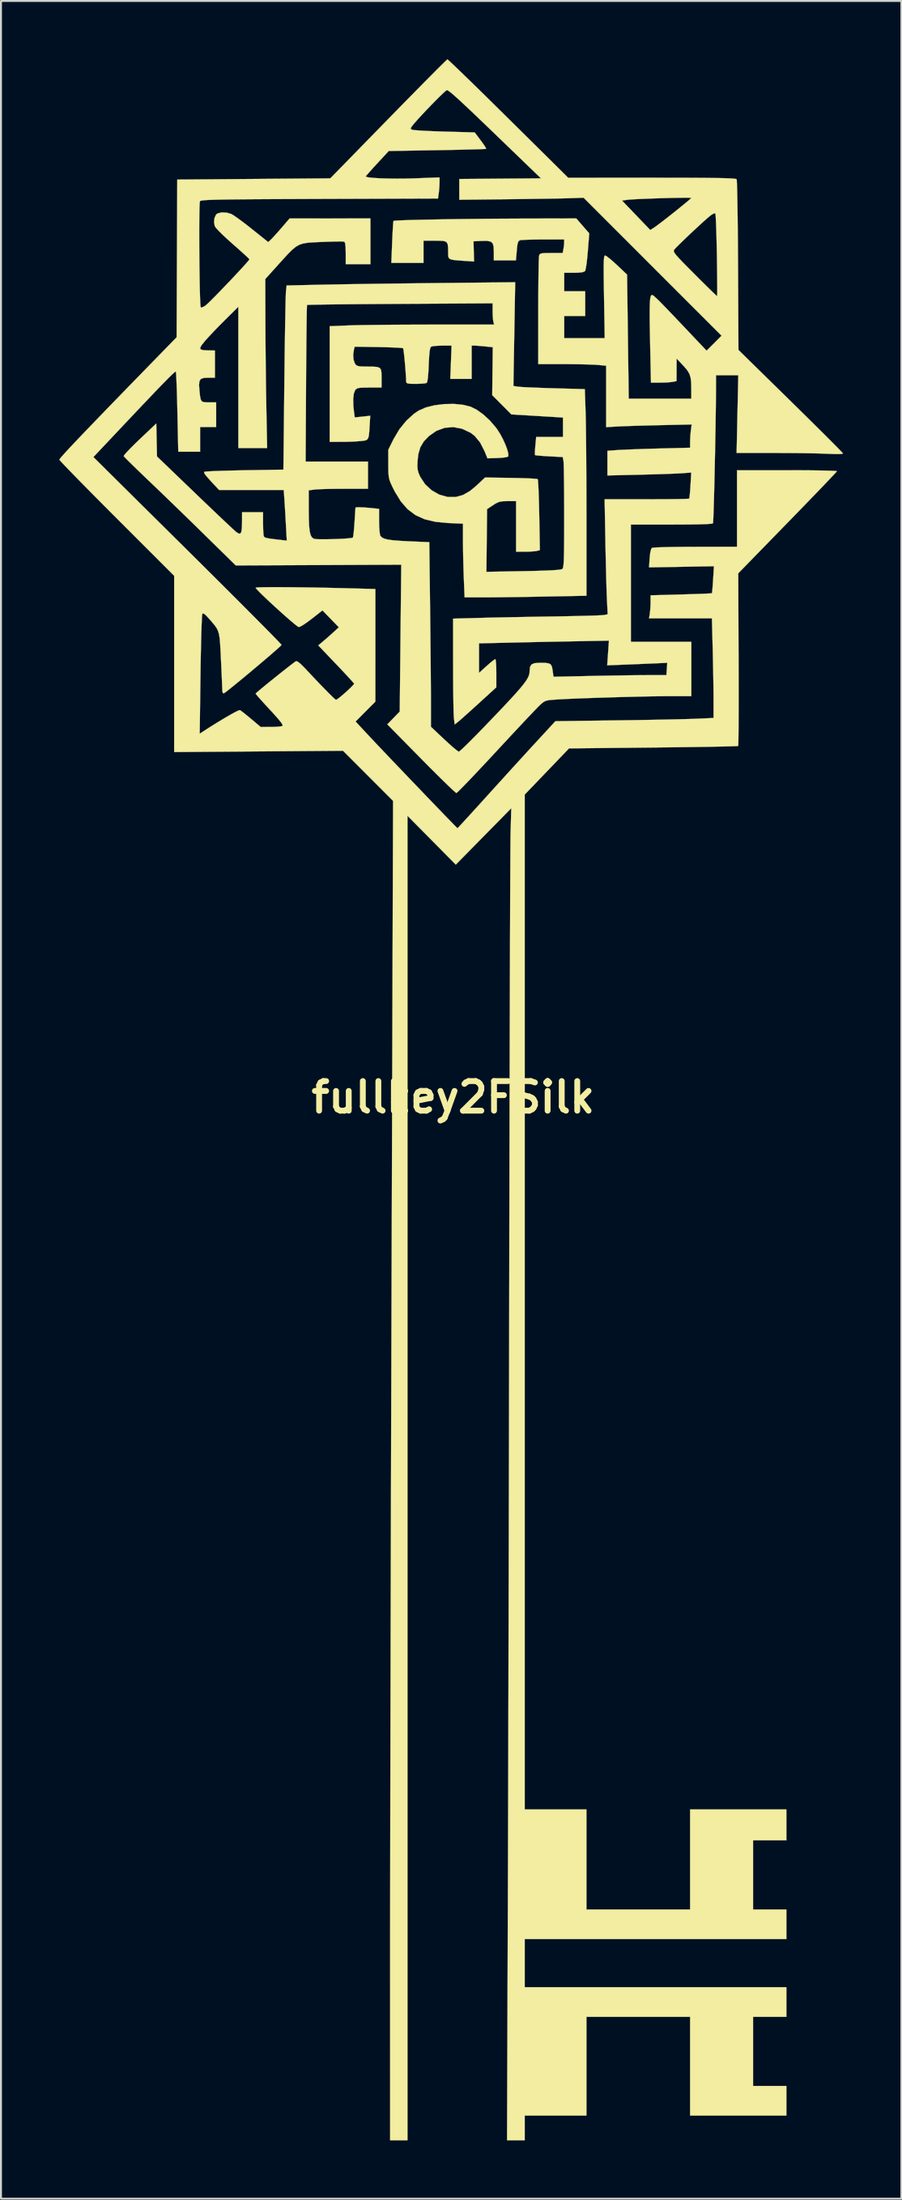
<source format=kicad_pcb>
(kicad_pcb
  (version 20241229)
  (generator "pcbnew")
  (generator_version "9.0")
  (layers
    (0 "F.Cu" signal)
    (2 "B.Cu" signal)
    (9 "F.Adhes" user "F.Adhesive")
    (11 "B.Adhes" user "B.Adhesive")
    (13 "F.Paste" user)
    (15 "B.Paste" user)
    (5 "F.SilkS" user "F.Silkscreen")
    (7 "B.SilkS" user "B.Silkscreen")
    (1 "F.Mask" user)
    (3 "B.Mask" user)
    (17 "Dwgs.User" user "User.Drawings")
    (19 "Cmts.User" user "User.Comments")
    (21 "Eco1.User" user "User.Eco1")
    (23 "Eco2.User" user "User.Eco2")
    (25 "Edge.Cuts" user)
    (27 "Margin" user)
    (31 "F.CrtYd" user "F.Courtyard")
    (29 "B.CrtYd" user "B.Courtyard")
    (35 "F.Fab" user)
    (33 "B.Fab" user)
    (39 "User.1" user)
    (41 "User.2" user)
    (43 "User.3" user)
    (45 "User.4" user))
  (footprint "fullkey2FSilk"
    (layer "F.Cu")
    (at 20.262 53.401)
    (property "Reference" "fullkey2FSilk" (at 0 0 0) (layer "F.SilkS") (effects (font (size 1.524 1.524) (thickness 0.3))))
    (attr through_hole)
    (fp_poly (pts (xy -0.242 -53.354) (xy -0.106 -53.229) (xy 0.105 -53.03) (xy 0.384 -52.762) (xy 0.722 -52.434) (xy 1.114 -52.053) (xy 1.551 -51.625) (xy 2.025 -51.159) (xy 2.53 -50.661) (xy 2.839 -50.355) (xy 5.918 -47.307) (xy 10.226 -47.308) (xy 11.108 -47.307) (xy 11.871 -47.306) (xy 12.522 -47.303) (xy 13.068 -47.299) (xy 13.517 -47.293) (xy 13.876 -47.286) (xy 14.153 -47.278) (xy 14.355 -47.267) (xy 14.49 -47.255) (xy 14.564 -47.24) (xy 14.585 -47.228) (xy 14.594 -47.153) (xy 14.603 -46.961) (xy 14.612 -46.663) (xy 14.621 -46.27) (xy 14.629 -45.792) (xy 14.637 -45.239) (xy 14.644 -44.623) (xy 14.65 -43.953) (xy 14.655 -43.24) (xy 14.658 -42.799) (xy 14.679 -38.449) (xy 17.365 -35.814) (xy 17.85 -35.337) (xy 18.307 -34.887) (xy 18.728 -34.47) (xy 19.106 -34.095) (xy 19.431 -33.769) (xy 19.698 -33.501) (xy 19.896 -33.298) (xy 20.019 -33.169) (xy 20.059 -33.121) (xy 20.002 -33.101) (xy 19.838 -33.092) (xy 19.586 -33.094) (xy 19.294 -33.105) (xy 19.029 -33.116) (xy 18.66 -33.126) (xy 18.214 -33.134) (xy 17.714 -33.141) (xy 17.184 -33.145) (xy 16.649 -33.147) (xy 16.553 -33.147) (xy 14.585 -33.147) (xy 14.672 -37.148) (xy 14.099 -37.148) (xy 13.525 -37.148) (xy 13.523 -36.433) (xy 13.52 -36.033) (xy 13.516 -35.566) (xy 13.508 -35.044) (xy 13.5 -34.482) (xy 13.489 -33.894) (xy 13.478 -33.292) (xy 13.465 -32.692) (xy 13.452 -32.105) (xy 13.439 -31.546) (xy 13.426 -31.028) (xy 13.413 -30.566) (xy 13.4 -30.172) (xy 13.389 -29.86) (xy 13.379 -29.644) (xy 13.37 -29.538) (xy 13.368 -29.53) (xy 13.291 -29.509) (xy 13.089 -29.492) (xy 12.762 -29.479) (xy 12.314 -29.47) (xy 11.746 -29.465) (xy 11.236 -29.464) (xy 9.144 -29.464) (xy 9.144 -23.431) (xy 12.255 -23.431) (xy 12.255 -20.637) (xy 11.128 -20.637) (xy 10.704 -20.634) (xy 10.18 -20.626) (xy 9.583 -20.614) (xy 8.938 -20.598) (xy 8.27 -20.58) (xy 7.603 -20.559) (xy 6.964 -20.538) (xy 6.376 -20.516) (xy 5.867 -20.494) (xy 5.468 -20.473) (xy 5.155 -20.453) (xy 4.94 -20.433) (xy 4.792 -20.403) (xy 4.683 -20.356) (xy 4.583 -20.283) (xy 4.489 -20.201) (xy 4.394 -20.107) (xy 4.222 -19.931) (xy 3.985 -19.682) (xy 3.691 -19.371) (xy 3.351 -19.009) (xy 2.975 -18.607) (xy 2.573 -18.174) (xy 2.237 -17.812) (xy 1.829 -17.372) (xy 1.446 -16.963) (xy 1.097 -16.593) (xy 0.79 -16.271) (xy 0.535 -16.007) (xy 0.34 -15.81) (xy 0.215 -15.689) (xy 0.168 -15.653) (xy 0.109 -15.697) (xy -0.029 -15.821) (xy -0.236 -16.018) (xy -0.501 -16.276) (xy -0.815 -16.585) (xy -1.168 -16.937) (xy -1.549 -17.321) (xy -1.645 -17.419) (xy -3.385 -19.185) (xy -3.066 -19.514) (xy -2.746 -19.844) (xy -2.668 -27.4) (xy -6.926 -27.381) (xy -11.183 -27.362) (xy -12.754 -28.905) (xy -13.201 -29.344) (xy -13.691 -29.821) (xy -14.196 -30.312) (xy -14.692 -30.792) (xy -15.154 -31.237) (xy -15.556 -31.622) (xy -15.623 -31.686) (xy -15.96 -32.009) (xy -16.267 -32.304) (xy -16.53 -32.561) (xy -16.74 -32.768) (xy -16.882 -32.912) (xy -16.947 -32.983) (xy -16.949 -32.987) (xy -16.913 -33.048) (xy -16.798 -33.18) (xy -16.618 -33.37) (xy -16.387 -33.601) (xy -16.123 -33.856) (xy -15.272 -34.663) (xy -15.254 -33.816) (xy -15.236 -32.969) (xy -13.286 -31.094) (xy -12.865 -30.69) (xy -12.467 -30.31) (xy -12.102 -29.962) (xy -11.781 -29.658) (xy -11.514 -29.407) (xy -11.313 -29.22) (xy -11.186 -29.105) (xy -11.154 -29.078) (xy -11.031 -29) (xy -10.947 -29) (xy -10.895 -29.09) (xy -10.868 -29.282) (xy -10.86 -29.587) (xy -10.859 -29.607) (xy -10.858 -30.099) (xy -9.779 -30.099) (xy -9.779 -29.533) (xy -9.775 -29.267) (xy -9.764 -29.044) (xy -9.749 -28.898) (xy -9.742 -28.869) (xy -9.716 -28.826) (xy -9.663 -28.793) (xy -9.562 -28.765) (xy -9.391 -28.736) (xy -9.131 -28.704) (xy -8.867 -28.673) (xy -8.557 -28.639) (xy -8.598 -29.385) (xy -8.618 -29.753) (xy -8.641 -30.144) (xy -8.663 -30.502) (xy -8.675 -30.686) (xy -8.713 -31.242) (xy -12.039 -31.242) (xy -12.291 -31.512) (xy -12.528 -31.768) (xy -12.687 -31.949) (xy -12.778 -32.068) (xy -12.812 -32.14) (xy -12.802 -32.177) (xy -12.73 -32.189) (xy -12.546 -32.203) (xy -12.266 -32.216) (xy -11.905 -32.229) (xy -11.48 -32.241) (xy -11.006 -32.252) (xy -10.744 -32.257) (xy -8.731 -32.29) (xy -8.683 -36.703) (xy -8.675 -37.449) (xy -8.666 -38.166) (xy -8.656 -38.84) (xy -8.647 -39.461) (xy -8.637 -40.019) (xy -8.628 -40.501) (xy -8.619 -40.897) (xy -8.611 -41.195) (xy -8.604 -41.384) (xy -8.6 -41.44) (xy -8.566 -41.764) (xy -6.712 -41.805) (xy -6.302 -41.813) (xy -5.784 -41.822) (xy -5.176 -41.832) (xy -4.495 -41.842) (xy -3.761 -41.853) (xy -2.992 -41.863) (xy -2.205 -41.872) (xy -1.42 -41.881) (xy -0.832 -41.888) (xy 3.193 -41.93) (xy 3.1 -36.594) (xy 3.344 -36.557) (xy 3.474 -36.544) (xy 3.711 -36.53) (xy 4.033 -36.515) (xy 4.421 -36.5) (xy 4.853 -36.485) (xy 5.181 -36.475) (xy 6.775 -36.431) (xy 6.816 -35.191) (xy 6.824 -34.903) (xy 6.831 -34.503) (xy 6.837 -34.007) (xy 6.843 -33.429) (xy 6.848 -32.787) (xy 6.852 -32.094) (xy 6.855 -31.366) (xy 6.857 -30.619) (xy 6.858 -29.877) (xy 6.858 -25.802) (xy 4.62 -25.76) (xy 4.05 -25.749) (xy 3.479 -25.74) (xy 2.929 -25.732) (xy 2.424 -25.725) (xy 1.986 -25.721) (xy 1.639 -25.718) (xy 1.486 -25.718) (xy 0.591 -25.718) (xy 0.55 -26.718) (xy 0.534 -27.161) (xy 0.521 -27.655) (xy 0.512 -28.142) (xy 0.508 -28.567) (xy 0.508 -28.614) (xy 0.508 -29.51) (xy -0.27 -29.544) (xy -0.917 -29.607) (xy -1.468 -29.739) (xy -1.937 -29.952) (xy -2.339 -30.253) (xy -2.689 -30.654) (xy -3.001 -31.163) (xy -3.105 -31.369) (xy -3.204 -31.58) (xy -3.269 -31.748) (xy -3.308 -31.909) (xy -3.327 -32.1) (xy -3.333 -32.357) (xy -3.334 -32.58) (xy -3.334 -33.315) (xy -3.059 -33.869) (xy -2.764 -34.367) (xy -2.404 -34.81) (xy -2.006 -35.17) (xy -1.769 -35.329) (xy -1.402 -35.489) (xy -0.953 -35.601) (xy -0.458 -35.662) (xy 0.045 -35.671) (xy 0.52 -35.623) (xy 0.896 -35.529) (xy 1.212 -35.373) (xy 1.554 -35.127) (xy 1.892 -34.814) (xy 2.197 -34.459) (xy 2.256 -34.38) (xy 2.415 -34.133) (xy 2.563 -33.857) (xy 2.689 -33.579) (xy 2.784 -33.324) (xy 2.837 -33.118) (xy 2.838 -32.986) (xy 2.824 -32.962) (xy 2.735 -32.931) (xy 2.554 -32.906) (xy 2.317 -32.889) (xy 2.264 -32.887) (xy 1.767 -32.873) (xy 1.62 -33.234) (xy 1.389 -33.687) (xy 1.109 -34.025) (xy 0.9 -34.187) (xy 0.46 -34.394) (xy 0.01 -34.479) (xy -0.435 -34.442) (xy -0.861 -34.285) (xy -1.237 -34.023) (xy -1.51 -33.74) (xy -1.689 -33.439) (xy -1.791 -33.084) (xy -1.828 -32.751) (xy -1.839 -32.483) (xy -1.825 -32.289) (xy -1.78 -32.121) (xy -1.694 -31.925) (xy -1.687 -31.911) (xy -1.439 -31.537) (xy -1.105 -31.228) (xy -0.712 -31.004) (xy -0.29 -30.886) (xy -0.261 -30.882) (xy 0.132 -30.882) (xy 0.503 -30.983) (xy 0.871 -31.193) (xy 1.203 -31.47) (xy 1.642 -31.884) (xy 2.975 -31.865) (xy 3.374 -31.857) (xy 3.73 -31.846) (xy 4.023 -31.833) (xy 4.233 -31.819) (xy 4.342 -31.805) (xy 4.352 -31.801) (xy 4.365 -31.728) (xy 4.378 -31.545) (xy 4.392 -31.268) (xy 4.406 -30.913) (xy 4.418 -30.497) (xy 4.428 -30.037) (xy 4.43 -29.953) (xy 4.463 -28.15) (xy 4.311 -28.109) (xy 4.172 -28.089) (xy 3.954 -28.074) (xy 3.702 -28.068) (xy 3.699 -28.068) (xy 3.239 -28.067) (xy 3.239 -30.671) (xy 2.801 -30.671) (xy 2.549 -30.663) (xy 2.368 -30.631) (xy 2.206 -30.559) (xy 2.055 -30.464) (xy 1.746 -30.258) (xy 1.729 -28.645) (xy 1.712 -27.032) (xy 3.621 -27.067) (xy 4.229 -27.08) (xy 4.717 -27.095) (xy 5.093 -27.112) (xy 5.364 -27.131) (xy 5.537 -27.153) (xy 5.619 -27.178) (xy 5.622 -27.18) (xy 5.645 -27.215) (xy 5.664 -27.285) (xy 5.68 -27.401) (xy 5.692 -27.574) (xy 5.701 -27.815) (xy 5.707 -28.135) (xy 5.712 -28.546) (xy 5.714 -29.058) (xy 5.715 -29.682) (xy 5.715 -29.908) (xy 5.714 -30.484) (xy 5.712 -31.025) (xy 5.708 -31.518) (xy 5.702 -31.948) (xy 5.696 -32.301) (xy 5.689 -32.562) (xy 5.681 -32.718) (xy 5.677 -32.749) (xy 5.639 -32.938) (xy 4.94 -32.975) (xy 4.656 -32.992) (xy 4.423 -33.01) (xy 4.267 -33.027) (xy 4.215 -33.038) (xy 4.207 -33.11) (xy 4.212 -33.274) (xy 4.228 -33.496) (xy 4.231 -33.519) (xy 4.273 -33.972) (xy 5.652 -33.972) (xy 5.652 -34.971) (xy 4.985 -35.012) (xy 4.604 -35.035) (xy 4.175 -35.061) (xy 3.771 -35.085) (xy 3.657 -35.092) (xy 2.997 -35.132) (xy 2.012 -36.122) (xy 2.041 -38.589) (xy 1.646 -38.63) (xy 1.41 -38.652) (xy 1.205 -38.667) (xy 1.102 -38.672) (xy 0.953 -38.672) (xy 0.953 -36.957) (xy 0.404 -36.957) (xy -0.145 -36.957) (xy -0.112 -37.814) (xy -0.08 -38.672) (xy -0.564 -38.671) (xy -0.809 -38.663) (xy -1.009 -38.645) (xy -1.127 -38.618) (xy -1.135 -38.614) (xy -1.174 -38.552) (xy -1.205 -38.41) (xy -1.229 -38.174) (xy -1.249 -37.831) (xy -1.255 -37.679) (xy -1.274 -37.306) (xy -1.299 -37.017) (xy -1.328 -36.827) (xy -1.358 -36.752) (xy -1.452 -36.729) (xy -1.636 -36.712) (xy -1.874 -36.704) (xy -1.921 -36.704) (xy -2.172 -36.707) (xy -2.321 -36.721) (xy -2.393 -36.752) (xy -2.415 -36.806) (xy -2.415 -36.814) (xy -2.423 -37.016) (xy -2.44 -37.278) (xy -2.462 -37.572) (xy -2.488 -37.869) (xy -2.515 -38.141) (xy -2.541 -38.361) (xy -2.562 -38.5) (xy -2.572 -38.535) (xy -2.646 -38.549) (xy -2.826 -38.563) (xy -3.093 -38.576) (xy -3.426 -38.588) (xy -3.805 -38.596) (xy -3.838 -38.597) (xy -5.063 -38.617) (xy -5.102 -38.47) (xy -5.141 -38.202) (xy -5.123 -37.943) (xy -5.052 -37.745) (xy -5.045 -37.733) (xy -4.98 -37.66) (xy -4.889 -37.618) (xy -4.741 -37.597) (xy -4.504 -37.591) (xy -4.457 -37.591) (xy -4.133 -37.589) (xy -3.915 -37.573) (xy -3.782 -37.527) (xy -3.713 -37.436) (xy -3.687 -37.284) (xy -3.683 -37.056) (xy -3.683 -37.013) (xy -3.683 -36.513) (xy -4.314 -36.513) (xy -4.606 -36.51) (xy -4.798 -36.5) (xy -4.917 -36.476) (xy -4.991 -36.434) (xy -5.045 -36.371) (xy -5.111 -36.193) (xy -5.141 -35.917) (xy -5.133 -35.565) (xy -5.102 -35.277) (xy -5.061 -34.976) (xy -4.662 -35.018) (xy -4.264 -35.061) (xy -4.295 -34.564) (xy -4.315 -34.244) (xy -4.338 -34.028) (xy -4.376 -33.895) (xy -4.443 -33.821) (xy -4.552 -33.785) (xy -4.715 -33.765) (xy -4.771 -33.759) (xy -5.021 -33.74) (xy -5.34 -33.726) (xy -5.669 -33.719) (xy -5.756 -33.719) (xy -6.35 -33.718) (xy -6.35 -39.668) (xy -5.35 -39.709) (xy -5.083 -39.717) (xy -4.706 -39.725) (xy -4.237 -39.732) (xy -3.694 -39.738) (xy -3.092 -39.744) (xy -2.451 -39.747) (xy -1.787 -39.75) (xy -1.12 -39.751) (xy 2.11 -39.751) (xy 2.072 -39.894) (xy 2.052 -40.032) (xy 2.037 -40.247) (xy 2.033 -40.442) (xy 2.032 -40.847) (xy -2.729 -40.819) (xy -3.494 -40.815) (xy -4.223 -40.809) (xy -4.904 -40.804) (xy -5.528 -40.798) (xy -6.085 -40.792) (xy -6.565 -40.786) (xy -6.957 -40.78) (xy -7.254 -40.774) (xy -7.443 -40.769) (xy -7.516 -40.764) (xy -7.516 -40.764) (xy -7.521 -40.697) (xy -7.527 -40.514) (xy -7.533 -40.225) (xy -7.538 -39.842) (xy -7.544 -39.376) (xy -7.55 -38.836) (xy -7.556 -38.234) (xy -7.561 -37.58) (xy -7.565 -36.886) (xy -7.566 -36.719) (xy -7.589 -32.703) (xy -4.381 -32.703) (xy -4.381 -31.305) (xy -5.611 -31.305) (xy -6.016 -31.303) (xy -6.396 -31.298) (xy -6.728 -31.289) (xy -6.983 -31.278) (xy -7.135 -31.265) (xy -7.43 -31.225) (xy -7.429 -30.233) (xy -7.424 -29.752) (xy -7.408 -29.382) (xy -7.378 -29.111) (xy -7.331 -28.923) (xy -7.264 -28.804) (xy -7.175 -28.739) (xy -7.134 -28.726) (xy -7.012 -28.712) (xy -6.802 -28.707) (xy -6.53 -28.707) (xy -6.225 -28.713) (xy -5.914 -28.724) (xy -5.624 -28.738) (xy -5.383 -28.756) (xy -5.219 -28.775) (xy -5.16 -28.791) (xy -5.139 -28.868) (xy -5.116 -29.045) (xy -5.092 -29.296) (xy -5.072 -29.578) (xy -5.053 -29.87) (xy -5.038 -30.111) (xy -5.027 -30.275) (xy -5.021 -30.337) (xy -4.957 -30.351) (xy -4.797 -30.352) (xy -4.571 -30.343) (xy -4.309 -30.323) (xy -4.2 -30.312) (xy -3.81 -30.271) (xy -3.81 -29.641) (xy -3.804 -29.359) (xy -3.787 -29.116) (xy -3.763 -28.946) (xy -3.747 -28.893) (xy -3.679 -28.812) (xy -3.563 -28.747) (xy -3.382 -28.697) (xy -3.123 -28.659) (xy -2.769 -28.629) (xy -2.305 -28.604) (xy -2.249 -28.601) (xy -1.227 -28.558) (xy -1.185 -25.127) (xy -1.177 -24.426) (xy -1.169 -23.721) (xy -1.162 -23.029) (xy -1.156 -22.37) (xy -1.151 -21.762) (xy -1.147 -21.223) (xy -1.144 -20.771) (xy -1.143 -20.425) (xy -1.143 -20.378) (xy -1.143 -19.061) (xy -0.463 -18.42) (xy -0.218 -18.194) (xy -0.001 -18.003) (xy 0.169 -17.862) (xy 0.273 -17.788) (xy 0.294 -17.78) (xy 0.356 -17.824) (xy 0.494 -17.949) (xy 0.696 -18.143) (xy 0.949 -18.394) (xy 1.244 -18.691) (xy 1.566 -19.023) (xy 1.638 -19.098) (xy 2.153 -19.634) (xy 2.586 -20.089) (xy 2.943 -20.471) (xy 3.232 -20.788) (xy 3.46 -21.049) (xy 3.634 -21.263) (xy 3.761 -21.439) (xy 3.848 -21.584) (xy 3.901 -21.709) (xy 3.929 -21.82) (xy 3.937 -21.928) (xy 3.937 -21.937) (xy 3.957 -22.142) (xy 4.033 -22.268) (xy 4.187 -22.332) (xy 4.44 -22.352) (xy 4.474 -22.352) (xy 4.752 -22.347) (xy 4.93 -22.32) (xy 5.033 -22.255) (xy 5.088 -22.136) (xy 5.12 -21.955) (xy 5.163 -21.633) (xy 7.106 -21.675) (xy 7.649 -21.686) (xy 8.204 -21.696) (xy 8.744 -21.704) (xy 9.24 -21.711) (xy 9.666 -21.715) (xy 9.994 -21.717) (xy 10.011 -21.717) (xy 10.973 -21.717) (xy 11.017 -22.351) (xy 10.319 -22.321) (xy 9.964 -22.306) (xy 9.541 -22.288) (xy 9.105 -22.27) (xy 8.774 -22.257) (xy 7.927 -22.224) (xy 7.972 -22.858) (xy 8.017 -23.493) (xy 6.279 -23.46) (xy 5.701 -23.449) (xy 5.056 -23.437) (xy 4.386 -23.423) (xy 3.738 -23.409) (xy 3.153 -23.396) (xy 2.937 -23.391) (xy 1.333 -23.354) (xy 1.333 -22.594) (xy 1.333 -21.833) (xy 1.725 -22.188) (xy 1.911 -22.351) (xy 2.064 -22.474) (xy 2.157 -22.538) (xy 2.17 -22.543) (xy 2.191 -22.483) (xy 2.208 -22.322) (xy 2.219 -22.084) (xy 2.222 -21.817) (xy 2.222 -21.092) (xy 1.318 -20.266) (xy 1.024 -19.999) (xy 0.752 -19.754) (xy 0.52 -19.547) (xy 0.346 -19.394) (xy 0.247 -19.311) (xy 0.247 -19.311) (xy 0.081 -19.181) (xy 0.041 -19.513) (xy 0.032 -19.651) (xy 0.023 -19.9) (xy 0.016 -20.243) (xy 0.01 -20.664) (xy 0.005 -21.145) (xy 0.002 -21.671) (xy 0.001 -22.224) (xy 0.001 -22.234) (xy 0 -24.624) (xy 1.349 -24.661) (xy 1.739 -24.671) (xy 2.229 -24.682) (xy 2.795 -24.694) (xy 3.409 -24.706) (xy 4.047 -24.717) (xy 4.682 -24.728) (xy 5.137 -24.735) (xy 5.689 -24.744) (xy 6.207 -24.755) (xy 6.675 -24.766) (xy 7.08 -24.777) (xy 7.405 -24.788) (xy 7.635 -24.799) (xy 7.756 -24.808) (xy 7.763 -24.81) (xy 7.952 -24.847) (xy 7.914 -25.616) (xy 7.903 -25.869) (xy 7.891 -26.227) (xy 7.879 -26.668) (xy 7.866 -27.17) (xy 7.853 -27.711) (xy 7.841 -28.268) (xy 7.835 -28.575) (xy 7.795 -30.766) (xy 9.956 -30.766) (xy 10.467 -30.767) (xy 10.937 -30.769) (xy 11.35 -30.773) (xy 11.692 -30.778) (xy 11.949 -30.785) (xy 12.104 -30.792) (xy 12.146 -30.797) (xy 12.161 -30.87) (xy 12.18 -31.042) (xy 12.2 -31.284) (xy 12.213 -31.485) (xy 12.251 -32.141) (xy 11.793 -32.106) (xy 11.603 -32.095) (xy 11.31 -32.082) (xy 10.935 -32.068) (xy 10.502 -32.054) (xy 10.034 -32.041) (xy 9.636 -32.031) (xy 7.938 -31.991) (xy 7.938 -33.259) (xy 8.461 -33.297) (xy 8.674 -33.309) (xy 8.989 -33.323) (xy 9.381 -33.338) (xy 9.824 -33.354) (xy 10.294 -33.368) (xy 10.589 -33.376) (xy 12.192 -33.417) (xy 12.192 -33.718) (xy 12.202 -33.983) (xy 12.226 -34.262) (xy 12.233 -34.316) (xy 12.274 -34.614) (xy 10.629 -34.578) (xy 10.149 -34.566) (xy 9.677 -34.554) (xy 9.24 -34.541) (xy 8.862 -34.528) (xy 8.569 -34.516) (xy 8.43 -34.509) (xy 7.874 -34.476) (xy 7.874 -36.057) (xy 7.874 -37.637) (xy 7.445 -37.678) (xy 7.248 -37.69) (xy 6.951 -37.701) (xy 6.582 -37.71) (xy 6.17 -37.716) (xy 5.741 -37.719) (xy 5.699 -37.719) (xy 4.381 -37.719) (xy 4.382 -40.434) (xy 4.383 -41.013) (xy 4.386 -41.558) (xy 4.39 -42.052) (xy 4.396 -42.483) (xy 4.402 -42.836) (xy 4.409 -43.098) (xy 4.417 -43.255) (xy 4.422 -43.291) (xy 4.447 -43.358) (xy 4.498 -43.4) (xy 4.6 -43.423) (xy 4.779 -43.432) (xy 5.048 -43.434) (xy 5.636 -43.434) (xy 5.675 -43.632) (xy 5.704 -43.827) (xy 5.715 -43.982) (xy 5.715 -44.133) (xy 4.651 -44.132) (xy 4.287 -44.129) (xy 3.96 -44.123) (xy 3.694 -44.114) (xy 3.514 -44.103) (xy 3.453 -44.094) (xy 3.383 -44.061) (xy 3.337 -43.988) (xy 3.305 -43.849) (xy 3.279 -43.615) (xy 3.274 -43.556) (xy 3.23 -43.053) (xy 2.095 -43.053) (xy 2.095 -43.495) (xy 2.084 -43.761) (xy 2.036 -43.931) (xy 1.929 -44.024) (xy 1.74 -44.06) (xy 1.449 -44.056) (xy 1.443 -44.056) (xy 1.048 -44.037) (xy 1.062 -43.517) (xy 1.075 -42.997) (xy 0.617 -43.028) (xy 0.27 -43.053) (xy 0.03 -43.076) (xy -0.123 -43.108) (xy -0.208 -43.159) (xy -0.245 -43.237) (xy -0.255 -43.353) (xy -0.255 -43.453) (xy -0.259 -43.726) (xy -0.283 -43.904) (xy -0.351 -44.006) (xy -0.485 -44.054) (xy -0.707 -44.068) (xy -0.928 -44.069) (xy -1.524 -44.069) (xy -1.524 -42.926) (xy -3.178 -42.926) (xy -3.136 -43.99) (xy -3.12 -44.344) (xy -3.104 -44.652) (xy -3.088 -44.892) (xy -3.074 -45.043) (xy -3.066 -45.085) (xy -2.994 -45.097) (xy -2.807 -45.109) (xy -2.515 -45.121) (xy -2.13 -45.133) (xy -1.663 -45.145) (xy -1.126 -45.156) (xy -0.53 -45.167) (xy 0.115 -45.177) (xy 0.795 -45.185) (xy 1.502 -45.193) (xy 2.222 -45.199) (xy 2.945 -45.203) (xy 3.597 -45.206) (xy 6.337 -45.212) (xy 6.67 -44.828) (xy 7.003 -44.444) (xy 6.929 -43.515) (xy 6.898 -43.18) (xy 6.864 -42.886) (xy 6.828 -42.66) (xy 6.797 -42.525) (xy 6.785 -42.502) (xy 6.676 -42.451) (xy 6.45 -42.424) (xy 6.215 -42.418) (xy 5.715 -42.418) (xy 5.715 -41.465) (xy 6.795 -41.465) (xy 6.795 -40.196) (xy 5.715 -40.196) (xy 5.715 -39.053) (xy 7.801 -39.053) (xy 7.764 -41.18) (xy 7.755 -41.763) (xy 7.749 -42.232) (xy 7.747 -42.598) (xy 7.749 -42.873) (xy 7.755 -43.069) (xy 7.767 -43.198) (xy 7.783 -43.272) (xy 7.805 -43.304) (xy 7.819 -43.307) (xy 7.9 -43.265) (xy 8.048 -43.153) (xy 8.243 -42.986) (xy 8.43 -42.815) (xy 8.949 -42.323) (xy 8.991 -39.132) (xy 9.034 -35.941) (xy 12.255 -35.941) (xy 12.255 -36.409) (xy 12.248 -36.759) (xy 12.219 -37.017) (xy 12.156 -37.22) (xy 12.047 -37.402) (xy 11.88 -37.6) (xy 11.836 -37.647) (xy 11.498 -38.005) (xy 11.496 -37.425) (xy 11.493 -36.846) (xy 11.295 -36.806) (xy 11.13 -36.786) (xy 10.891 -36.772) (xy 10.638 -36.767) (xy 10.179 -36.767) (xy 10.134 -38.852) (xy 10.122 -39.484) (xy 10.114 -40) (xy 10.113 -40.41) (xy 10.117 -40.727) (xy 10.128 -40.96) (xy 10.146 -41.12) (xy 10.171 -41.218) (xy 10.204 -41.266) (xy 10.233 -41.275) (xy 10.27 -41.262) (xy 10.332 -41.219) (xy 10.427 -41.136) (xy 10.563 -41.006) (xy 10.747 -40.821) (xy 10.989 -40.571) (xy 11.297 -40.249) (xy 11.679 -39.848) (xy 11.91 -39.604) (xy 13.04 -38.409) (xy 13.81 -39.18) (xy 10.261 -42.729) (xy 9.427 -43.564) (xy 11.353 -43.564) (xy 11.355 -43.511) (xy 11.392 -43.437) (xy 11.471 -43.332) (xy 11.602 -43.183) (xy 11.796 -42.979) (xy 12.061 -42.71) (xy 12.406 -42.363) (xy 12.421 -42.348) (xy 12.731 -42.038) (xy 13.011 -41.761) (xy 13.248 -41.528) (xy 13.431 -41.351) (xy 13.546 -41.242) (xy 13.582 -41.212) (xy 13.588 -41.273) (xy 13.59 -41.446) (xy 13.591 -41.716) (xy 13.588 -42.069) (xy 13.584 -42.49) (xy 13.577 -42.964) (xy 13.572 -43.306) (xy 13.561 -43.811) (xy 13.55 -44.276) (xy 13.537 -44.686) (xy 13.524 -45.025) (xy 13.512 -45.278) (xy 13.5 -45.43) (xy 13.493 -45.467) (xy 13.422 -45.473) (xy 13.285 -45.396) (xy 13.219 -45.346) (xy 13.072 -45.222) (xy 12.867 -45.039) (xy 12.622 -44.815) (xy 12.357 -44.569) (xy 12.09 -44.317) (xy 11.839 -44.078) (xy 11.625 -43.869) (xy 11.465 -43.708) (xy 11.378 -43.613) (xy 11.374 -43.607) (xy 11.353 -43.564) (xy 9.427 -43.564) (xy 6.858 -46.133) (xy 8.689 -46.133) (xy 9.416 -45.375) (xy 10.143 -44.617) (xy 10.342 -44.743) (xy 10.457 -44.824) (xy 10.65 -44.969) (xy 10.9 -45.161) (xy 11.185 -45.384) (xy 11.398 -45.553) (xy 11.678 -45.778) (xy 11.919 -45.975) (xy 12.107 -46.132) (xy 12.224 -46.235) (xy 12.255 -46.27) (xy 12.195 -46.278) (xy 12.029 -46.281) (xy 11.776 -46.279) (xy 11.456 -46.274) (xy 11.091 -46.266) (xy 10.7 -46.255) (xy 10.303 -46.242) (xy 9.921 -46.227) (xy 9.574 -46.212) (xy 9.282 -46.197) (xy 9.066 -46.182) (xy 8.964 -46.172) (xy 8.689 -46.133) (xy 6.858 -46.133) (xy 6.712 -46.279) (xy 5.976 -46.254) (xy 5.741 -46.248) (xy 5.4 -46.24) (xy 4.971 -46.233) (xy 4.474 -46.225) (xy 3.928 -46.217) (xy 3.354 -46.209) (xy 2.778 -46.202) (xy 0.318 -46.175) (xy 0.318 -47.242) (xy 4.519 -47.276) (xy 2.403 -49.318) (xy 1.832 -49.868) (xy 1.345 -50.336) (xy 0.936 -50.726) (xy 0.597 -51.045) (xy 0.323 -51.3) (xy 0.106 -51.496) (xy -0.059 -51.64) (xy -0.18 -51.737) (xy -0.264 -51.793) (xy -0.316 -51.815) (xy -0.324 -51.816) (xy -0.386 -51.772) (xy -0.518 -51.652) (xy -0.703 -51.474) (xy -0.924 -51.253) (xy -1.165 -51.006) (xy -1.409 -50.752) (xy -1.639 -50.507) (xy -1.839 -50.288) (xy -1.993 -50.112) (xy -1.999 -50.105) (xy -2.127 -49.946) (xy -2.182 -49.855) (xy -2.17 -49.807) (xy -2.101 -49.774) (xy -2.1 -49.773) (xy -2.001 -49.758) (xy -1.794 -49.74) (xy -1.499 -49.723) (xy -1.135 -49.705) (xy -0.721 -49.69) (xy -0.428 -49.681) (xy 1.111 -49.638) (xy 1.418 -49.229) (xy 1.558 -49.037) (xy 1.657 -48.886) (xy 1.699 -48.803) (xy 1.699 -48.795) (xy 1.632 -48.788) (xy 1.451 -48.779) (xy 1.171 -48.77) (xy 0.806 -48.76) (xy 0.368 -48.749) (xy -0.128 -48.739) (xy -0.668 -48.728) (xy -0.82 -48.726) (xy -3.312 -48.684) (xy -3.894 -48.055) (xy -4.11 -47.82) (xy -4.292 -47.617) (xy -4.425 -47.465) (xy -4.491 -47.383) (xy -4.495 -47.375) (xy -4.447 -47.344) (xy -4.288 -47.316) (xy -4.038 -47.294) (xy -3.713 -47.276) (xy -3.33 -47.265) (xy -2.907 -47.26) (xy -2.462 -47.263) (xy -2.011 -47.274) (xy -1.894 -47.278) (xy -0.699 -47.324) (xy -0.699 -47.07) (xy -0.708 -46.838) (xy -0.731 -46.582) (xy -0.738 -46.528) (xy -0.778 -46.239) (xy -6.868 -46.218) (xy -7.895 -46.214) (xy -8.803 -46.21) (xy -9.598 -46.206) (xy -10.288 -46.202) (xy -10.88 -46.197) (xy -11.381 -46.192) (xy -11.8 -46.186) (xy -12.142 -46.179) (xy -12.416 -46.171) (xy -12.629 -46.162) (xy -12.787 -46.152) (xy -12.899 -46.14) (xy -12.972 -46.127) (xy -13.012 -46.112) (xy -13.025 -46.101) (xy -13.037 -46.021) (xy -13.047 -45.829) (xy -13.054 -45.544) (xy -13.059 -45.18) (xy -13.062 -44.754) (xy -13.062 -44.283) (xy -13.061 -43.782) (xy -13.058 -43.269) (xy -13.053 -42.758) (xy -13.046 -42.267) (xy -13.038 -41.812) (xy -13.029 -41.409) (xy -13.018 -41.074) (xy -13.006 -40.823) (xy -12.993 -40.673) (xy -12.985 -40.639) (xy -12.915 -40.634) (xy -12.783 -40.703) (xy -12.721 -40.748) (xy -12.623 -40.835) (xy -12.461 -40.992) (xy -12.249 -41.205) (xy -12.002 -41.458) (xy -11.735 -41.736) (xy -11.46 -42.023) (xy -11.194 -42.306) (xy -10.95 -42.568) (xy -10.742 -42.795) (xy -10.586 -42.971) (xy -10.495 -43.081) (xy -10.478 -43.109) (xy -10.523 -43.162) (xy -10.65 -43.283) (xy -10.842 -43.459) (xy -11.085 -43.676) (xy -11.337 -43.897) (xy -11.62 -44.15) (xy -11.871 -44.386) (xy -12.074 -44.588) (xy -12.211 -44.74) (xy -12.262 -44.817) (xy -12.3 -45.026) (xy -12.275 -45.238) (xy -12.197 -45.407) (xy -12.13 -45.465) (xy -11.91 -45.523) (xy -11.641 -45.509) (xy -11.412 -45.441) (xy -11.295 -45.373) (xy -11.101 -45.239) (xy -10.851 -45.055) (xy -10.567 -44.838) (xy -10.36 -44.674) (xy -9.512 -43.996) (xy -9.374 -44.125) (xy -9.273 -44.229) (xy -9.116 -44.401) (xy -8.929 -44.612) (xy -8.825 -44.732) (xy -8.414 -45.209) (xy -4.255 -45.212) (xy -4.255 -42.862) (xy -5.524 -42.862) (xy -5.524 -43.427) (xy -5.532 -43.736) (xy -5.554 -43.928) (xy -5.594 -44.015) (xy -5.604 -44.02) (xy -5.691 -44.027) (xy -5.883 -44.028) (xy -6.155 -44.024) (xy -6.486 -44.014) (xy -6.746 -44.004) (xy -7.142 -43.987) (xy -7.452 -43.966) (xy -7.697 -43.929) (xy -7.902 -43.864) (xy -8.087 -43.76) (xy -8.277 -43.605) (xy -8.494 -43.388) (xy -8.761 -43.097) (xy -8.961 -42.876) (xy -9.664 -42.095) (xy -9.658 -39.86) (xy -9.655 -39.206) (xy -9.65 -38.476) (xy -9.642 -37.71) (xy -9.633 -36.946) (xy -9.623 -36.225) (xy -9.612 -35.586) (xy -9.611 -35.512) (xy -9.569 -33.401) (xy -11.049 -33.401) (xy -11.049 -37.035) (xy -11.049 -40.67) (xy -11.754 -39.972) (xy -12.03 -39.695) (xy -12.302 -39.414) (xy -12.545 -39.156) (xy -12.732 -38.95) (xy -12.777 -38.897) (xy -12.945 -38.687) (xy -13.017 -38.551) (xy -12.986 -38.472) (xy -12.844 -38.435) (xy -12.582 -38.422) (xy -12.557 -38.422) (xy -12.255 -38.417) (xy -12.255 -37.02) (xy -12.597 -37.02) (xy -12.83 -37.008) (xy -12.977 -36.956) (xy -13.052 -36.843) (xy -13.071 -36.648) (xy -13.053 -36.379) (xy -13.023 -36.093) (xy -12.989 -35.91) (xy -12.932 -35.808) (xy -12.836 -35.762) (xy -12.682 -35.751) (xy -12.566 -35.751) (xy -12.192 -35.751) (xy -12.192 -34.48) (xy -13.018 -34.48) (xy -13.018 -33.211) (xy -13.579 -33.211) (xy -14.14 -33.211) (xy -14.185 -35.256) (xy -14.196 -35.753) (xy -14.209 -36.208) (xy -14.223 -36.607) (xy -14.236 -36.934) (xy -14.248 -37.173) (xy -14.259 -37.309) (xy -14.265 -37.335) (xy -14.293 -37.327) (xy -14.357 -37.276) (xy -14.464 -37.179) (xy -14.619 -37.028) (xy -14.826 -36.819) (xy -15.091 -36.546) (xy -15.419 -36.204) (xy -15.816 -35.787) (xy -16.287 -35.291) (xy -16.837 -34.709) (xy -17.08 -34.451) (xy -18.508 -32.937) (xy -13.665 -28.137) (xy -13.012 -27.489) (xy -12.385 -26.866) (xy -11.79 -26.273) (xy -11.232 -25.716) (xy -10.718 -25.201) (xy -10.254 -24.735) (xy -9.844 -24.322) (xy -9.496 -23.97) (xy -9.214 -23.682) (xy -9.005 -23.467) (xy -8.875 -23.328) (xy -8.828 -23.273) (xy -8.828 -23.273) (xy -8.877 -23.219) (xy -9.009 -23.097) (xy -9.21 -22.92) (xy -9.465 -22.699) (xy -9.76 -22.447) (xy -10.081 -22.176) (xy -10.411 -21.898) (xy -10.738 -21.626) (xy -11.046 -21.372) (xy -11.32 -21.148) (xy -11.546 -20.967) (xy -11.71 -20.84) (xy -11.796 -20.781) (xy -11.801 -20.778) (xy -11.856 -20.813) (xy -11.874 -20.922) (xy -11.877 -21.033) (xy -11.886 -21.25) (xy -11.899 -21.552) (xy -11.915 -21.918) (xy -11.934 -22.327) (xy -11.942 -22.499) (xy -11.965 -22.969) (xy -11.986 -23.332) (xy -12.01 -23.61) (xy -12.045 -23.823) (xy -12.094 -23.991) (xy -12.165 -24.135) (xy -12.263 -24.276) (xy -12.394 -24.434) (xy -12.532 -24.593) (xy -12.701 -24.779) (xy -12.81 -24.875) (xy -12.875 -24.893) (xy -12.904 -24.865) (xy -12.916 -24.784) (xy -12.928 -24.589) (xy -12.941 -24.292) (xy -12.954 -23.907) (xy -12.966 -23.446) (xy -12.978 -22.922) (xy -12.989 -22.349) (xy -12.998 -21.738) (xy -12.998 -21.737) (xy -13.038 -18.704) (xy -12.885 -18.804) (xy -12.504 -19.05) (xy -12.132 -19.282) (xy -11.785 -19.491) (xy -11.48 -19.669) (xy -11.232 -19.806) (xy -11.058 -19.893) (xy -10.972 -19.92) (xy -10.97 -19.919) (xy -10.89 -19.866) (xy -10.738 -19.749) (xy -10.54 -19.588) (xy -10.395 -19.468) (xy -9.9 -19.05) (xy -9.379 -19.051) (xy -9.126 -19.057) (xy -8.919 -19.074) (xy -8.792 -19.097) (xy -8.776 -19.104) (xy -8.772 -19.155) (xy -8.838 -19.267) (xy -8.981 -19.446) (xy -9.205 -19.7) (xy -9.427 -19.942) (xy -9.669 -20.203) (xy -9.877 -20.433) (xy -10.037 -20.614) (xy -10.136 -20.731) (xy -10.16 -20.768) (xy -10.113 -20.815) (xy -9.984 -20.926) (xy -9.791 -21.087) (xy -9.551 -21.284) (xy -9.282 -21.501) (xy -9.003 -21.725) (xy -8.732 -21.941) (xy -8.485 -22.135) (xy -8.281 -22.292) (xy -8.138 -22.399) (xy -8.086 -22.434) (xy -8.003 -22.417) (xy -7.854 -22.303) (xy -7.636 -22.087) (xy -7.574 -22.021) (xy -7.232 -21.655) (xy -6.911 -21.317) (xy -6.623 -21.019) (xy -6.38 -20.772) (xy -6.191 -20.587) (xy -6.068 -20.476) (xy -6.025 -20.447) (xy -5.951 -20.486) (xy -5.815 -20.589) (xy -5.643 -20.734) (xy -5.46 -20.896) (xy -5.291 -21.054) (xy -5.161 -21.186) (xy -5.096 -21.267) (xy -5.093 -21.28) (xy -5.141 -21.34) (xy -5.263 -21.478) (xy -5.447 -21.678) (xy -5.679 -21.927) (xy -5.946 -22.209) (xy -6.024 -22.291) (xy -6.937 -23.247) (xy -6.659 -23.482) (xy -6.444 -23.667) (xy -6.219 -23.867) (xy -6.13 -23.948) (xy -5.879 -24.18) (xy -6.301 -24.615) (xy -6.723 -25.05) (xy -6.882 -24.923) (xy -7.249 -24.635) (xy -7.531 -24.425) (xy -7.736 -24.286) (xy -7.874 -24.211) (xy -7.943 -24.194) (xy -8.014 -24.235) (xy -8.16 -24.349) (xy -8.365 -24.521) (xy -8.612 -24.736) (xy -8.884 -24.979) (xy -9.166 -25.235) (xy -9.442 -25.489) (xy -9.694 -25.728) (xy -9.907 -25.934) (xy -10.064 -26.095) (xy -10.15 -26.194) (xy -10.16 -26.215) (xy -10.099 -26.227) (xy -9.923 -26.236) (xy -9.644 -26.241) (xy -9.276 -26.244) (xy -8.829 -26.243) (xy -8.317 -26.24) (xy -7.752 -26.233) (xy -7.146 -26.224) (xy -6.511 -26.212) (xy -5.86 -26.197) (xy -5.54 -26.189) (xy -4 -26.148) (xy -4 -23.251) (xy -4.001 -20.354) (xy -4.51 -19.843) (xy -5.019 -19.331) (xy -4.37 -18.635) (xy -4.164 -18.415) (xy -3.902 -18.137) (xy -3.593 -17.812) (xy -3.248 -17.448) (xy -2.875 -17.057) (xy -2.485 -16.649) (xy -2.088 -16.234) (xy -1.692 -15.821) (xy -1.309 -15.421) (xy -0.947 -15.045) (xy -0.617 -14.702) (xy -0.328 -14.403) (xy -0.089 -14.158) (xy 0.088 -13.976) (xy 0.196 -13.869) (xy 0.224 -13.843) (xy 0.27 -13.888) (xy 0.392 -14.017) (xy 0.578 -14.219) (xy 0.82 -14.483) (xy 1.108 -14.799) (xy 1.432 -15.155) (xy 1.724 -15.478) (xy 2.132 -15.928) (xy 2.566 -16.406) (xy 3.005 -16.89) (xy 3.43 -17.355) (xy 3.817 -17.779) (xy 4.147 -18.139) (xy 4.232 -18.23) (xy 5.261 -19.347) (xy 8.425 -19.39) (xy 9.084 -19.399) (xy 9.735 -19.41) (xy 10.36 -19.421) (xy 10.943 -19.432) (xy 11.466 -19.444) (xy 11.912 -19.455) (xy 12.264 -19.465) (xy 12.494 -19.473) (xy 13.399 -19.514) (xy 13.399 -20.446) (xy 13.397 -20.784) (xy 13.392 -21.217) (xy 13.384 -21.711) (xy 13.374 -22.236) (xy 13.363 -22.758) (xy 13.357 -23.008) (xy 13.315 -24.638) (xy 11.697 -24.638) (xy 10.08 -24.638) (xy 10.119 -24.876) (xy 10.142 -25.082) (xy 10.157 -25.338) (xy 10.159 -25.469) (xy 10.16 -25.824) (xy 11.727 -25.867) (xy 12.16 -25.88) (xy 12.548 -25.892) (xy 12.875 -25.904) (xy 13.123 -25.916) (xy 13.274 -25.925) (xy 13.315 -25.93) (xy 13.327 -25.998) (xy 13.343 -26.165) (xy 13.362 -26.406) (xy 13.377 -26.636) (xy 13.419 -27.322) (xy 11.75 -27.292) (xy 10.081 -27.262) (xy 10.111 -27.735) (xy 10.143 -28.028) (xy 10.191 -28.209) (xy 10.23 -28.263) (xy 10.313 -28.276) (xy 10.507 -28.289) (xy 10.797 -28.299) (xy 11.168 -28.308) (xy 11.605 -28.315) (xy 12.09 -28.319) (xy 12.462 -28.32) (xy 14.605 -28.321) (xy 14.605 -32.258) (xy 17.177 -32.258) (xy 17.734 -32.257) (xy 18.25 -32.254) (xy 18.711 -32.249) (xy 19.103 -32.242) (xy 19.414 -32.234) (xy 19.629 -32.225) (xy 19.736 -32.215) (xy 19.746 -32.21) (xy 19.702 -32.157) (xy 19.578 -32.022) (xy 19.38 -31.812) (xy 19.118 -31.536) (xy 18.798 -31.202) (xy 18.428 -30.819) (xy 18.017 -30.394) (xy 17.572 -29.935) (xy 17.206 -29.559) (xy 14.669 -26.956) (xy 14.685 -22.532) (xy 14.687 -21.794) (xy 14.688 -21.094) (xy 14.688 -20.441) (xy 14.687 -19.847) (xy 14.685 -19.321) (xy 14.683 -18.874) (xy 14.679 -18.516) (xy 14.675 -18.257) (xy 14.67 -18.108) (xy 14.666 -18.074) (xy 14.598 -18.068) (xy 14.414 -18.06) (xy 14.124 -18.052) (xy 13.738 -18.044) (xy 13.266 -18.035) (xy 12.719 -18.026) (xy 12.108 -18.017) (xy 11.443 -18.008) (xy 10.733 -18) (xy 10.298 -17.995) (xy 5.964 -17.95) (xy 4.824 -16.762) (xy 3.683 -15.573) (xy 3.683 36.639) (xy 6.858 36.639) (xy 6.858 41.783) (xy 12.192 41.783) (xy 12.192 36.639) (xy 17.145 36.639) (xy 17.145 38.227) (xy 15.431 38.227) (xy 15.431 41.783) (xy 17.145 41.783) (xy 17.145 43.307) (xy 3.683 43.307) (xy 3.683 45.783) (xy 17.145 45.783) (xy 17.145 47.307) (xy 15.431 47.307) (xy 15.431 50.864) (xy 17.145 50.864) (xy 17.145 52.388) (xy 12.192 52.388) (xy 12.192 47.307) (xy 6.858 47.307) (xy 6.858 52.388) (xy 3.683 52.388) (xy 3.683 53.657) (xy 2.774 53.657) (xy 2.816 41.545) (xy 2.819 40.467) (xy 2.823 39.271) (xy 2.827 37.966) (xy 2.831 36.562) (xy 2.835 35.067) (xy 2.839 33.49) (xy 2.843 31.842) (xy 2.847 30.13) (xy 2.851 28.363) (xy 2.855 26.552) (xy 2.859 24.705) (xy 2.863 22.831) (xy 2.867 20.939) (xy 2.871 19.039) (xy 2.875 17.139) (xy 2.878 15.249) (xy 2.882 13.377) (xy 2.885 11.534) (xy 2.888 9.727) (xy 2.89 8.541) (xy 2.892 6.905) (xy 2.895 5.296) (xy 2.898 3.717) (xy 2.901 2.175) (xy 2.904 0.673) (xy 2.908 -0.782) (xy 2.911 -2.186) (xy 2.914 -3.534) (xy 2.918 -4.82) (xy 2.921 -6.039) (xy 2.925 -7.188) (xy 2.928 -8.259) (xy 2.932 -9.249) (xy 2.935 -10.152) (xy 2.938 -10.963) (xy 2.942 -11.678) (xy 2.945 -12.29) (xy 2.948 -12.795) (xy 2.951 -13.189) (xy 2.954 -13.465) (xy 2.957 -13.612) (xy 2.992 -14.873) (xy 1.565 -13.421) (xy 0.138 -11.97) (xy -2.349 -14.483) (xy -2.349 53.657) (xy -3.239 53.657) (xy -3.24 43.831) (xy -3.24 43.026) (xy -3.239 42.102) (xy -3.238 41.064) (xy -3.237 39.92) (xy -3.235 38.677) (xy -3.233 37.341) (xy -3.231 35.92) (xy -3.228 34.421) (xy -3.225 32.85) (xy -3.222 31.215) (xy -3.218 29.522) (xy -3.215 27.779) (xy -3.21 25.992) (xy -3.206 24.168) (xy -3.201 22.314) (xy -3.197 20.438) (xy -3.192 18.545) (xy -3.187 16.644) (xy -3.181 14.74) (xy -3.176 12.841) (xy -3.17 10.955) (xy -3.165 9.378) (xy -3.089 -15.248) (xy -5.666 -17.828) (xy -14.351 -17.761) (xy -14.351 -26.829) (xy -17.304 -29.782) (xy -17.81 -30.289) (xy -18.289 -30.771) (xy -18.733 -31.219) (xy -19.135 -31.627) (xy -19.487 -31.987) (xy -19.782 -32.29) (xy -20.012 -32.53) (xy -20.17 -32.699) (xy -20.249 -32.789) (xy -20.257 -32.801) (xy -20.228 -32.85) (xy -20.141 -32.956) (xy -19.993 -33.124) (xy -19.78 -33.356) (xy -19.499 -33.656) (xy -19.147 -34.026) (xy -18.721 -34.471) (xy -18.218 -34.993) (xy -17.635 -35.596) (xy -16.968 -36.283) (xy -16.242 -37.029) (xy -14.225 -39.1) (xy -14.192 -47.212) (xy -6.318 -47.276) (xy -3.334 -50.333) (xy -2.827 -50.851) (xy -2.345 -51.342) (xy -1.897 -51.798) (xy -1.489 -52.212) (xy -1.128 -52.576) (xy -0.823 -52.883) (xy -0.58 -53.124) (xy -0.407 -53.294) (xy -0.312 -53.384) (xy -0.295 -53.396) (xy -0.242 -53.354)) (stroke (width 0.01) (type solid)) (fill yes) (layer "F.SilkS")))
  (gr_rect
    (start -3 -3)
    (end 43.325 110.064)
    (stroke (width 0.1) (type default))
    (fill no)
    (layer "Edge.Cuts")))
</source>
